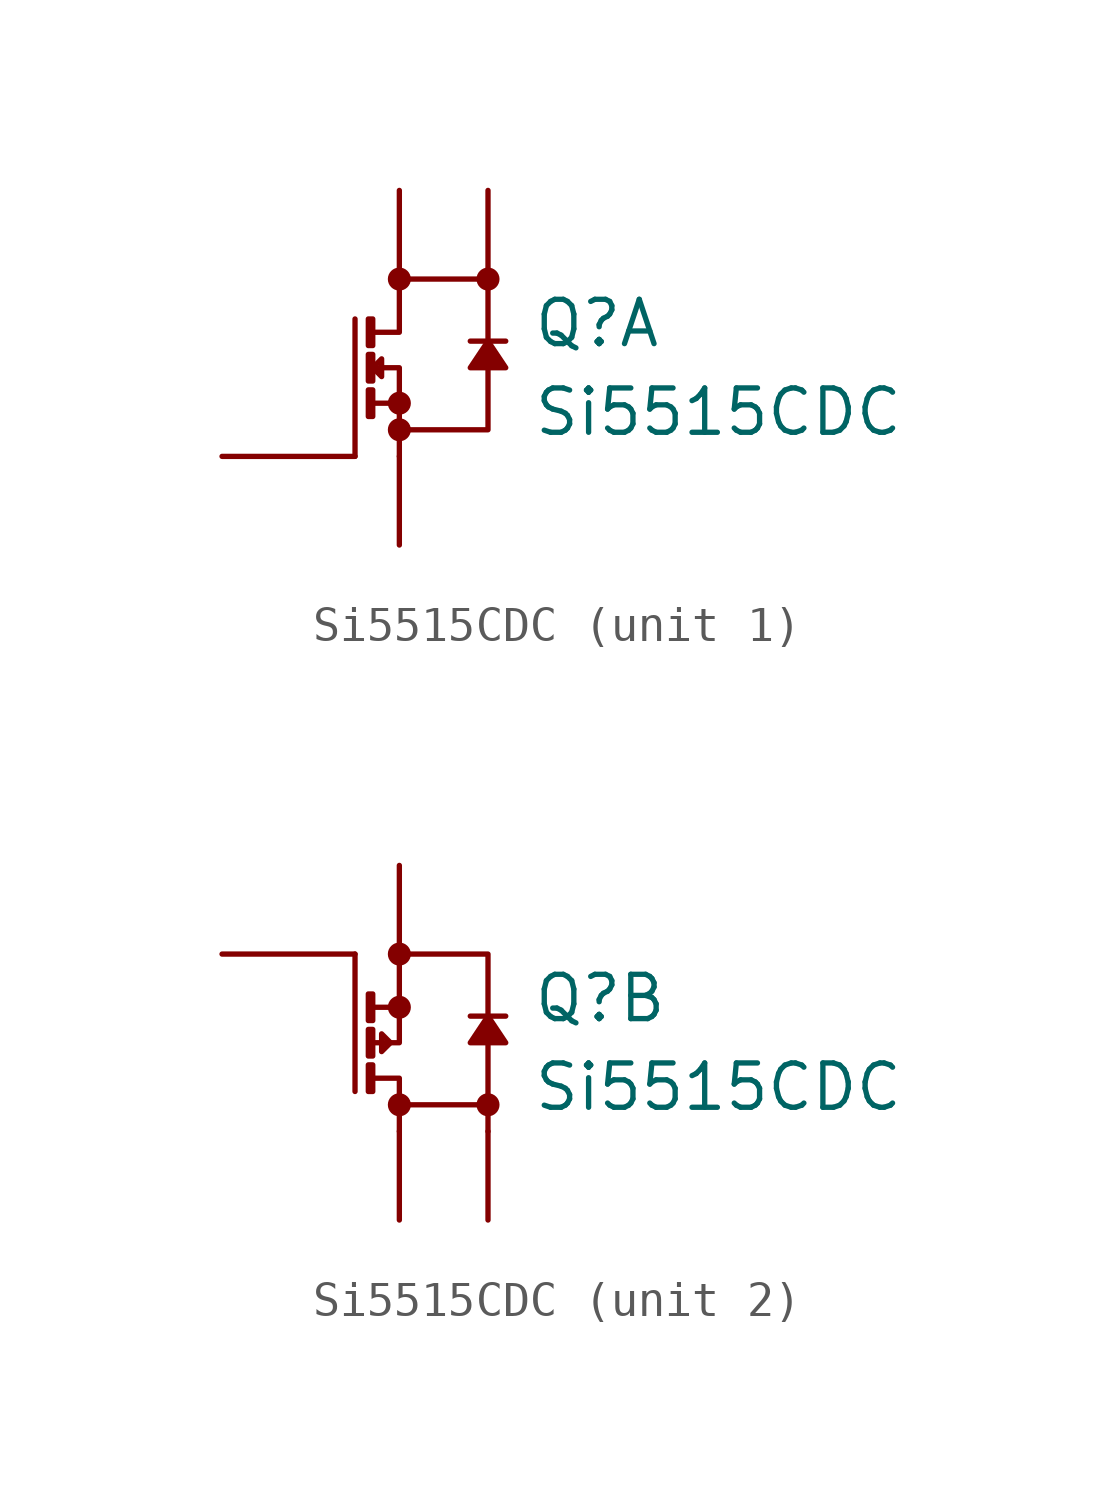
<source format=kicad_sym>
(kicad_symbol_lib
  (version 20211014)
  (generator kicad_symbol_editor)
  (symbol "Si5515CDC"
    (pin_numbers hide)
    (pin_names
      (offset 0) hide)
    (property "Reference" "Q"
      (at 3.81 1.27 0)
      (effects (font (size 1.27 1.27)) (justify left)))
    (property "Value" "Si5515CDC"
      (at 3.81 -1.27 0)
      (effects (font (size 1.27 1.27)) (justify left)))
    (property "ki_locked" ""
      (at 0 0 0)
      (effects (font (size 1.27 1.27))))
    (symbol "Si5515CDC_0_1"
      (circle (center 0 -1.778) (radius 0.254) (stroke (width 0) (type default) (color 0 0 0 0)) (fill (type outline)))
      (polyline (pts (xy 2.032 0.762) (xy 3.048 0.762)) (stroke (width 0) (type default) (color 0 0 0 0)) (fill (type none)))
      (polyline (pts (xy -0.762 -1.016) (xy 0 -1.016) (xy 0 -2.54)) (stroke (width 0) (type default) (color 0 0 0 0)) (fill (type none)))
      (polyline (pts (xy -0.762 1.016) (xy 0 1.016) (xy 0 2.54)) (stroke (width 0) (type default) (color 0 0 0 0)) (fill (type none)))
      (polyline (pts (xy 0 -1.778) (xy 2.54 -1.778) (xy 2.54 2.54) (xy 0 2.54)) (stroke (width 0) (type default) (color 0 0 0 0)) (fill (type none)))
      (polyline (pts (xy 2.54 0.762) (xy 2.032 0) (xy 3.048 0) (xy 2.54 0.762)) (stroke (width 0) (type default) (color 0 0 0 0)) (fill (type outline)))
      (polyline (pts (xy -0.762 -0.635) (xy -0.889 -0.635) (xy -0.889 -1.397) (xy -0.762 -1.397) (xy -0.762 -0.635)) (stroke (width 0) (type default) (color 0 0 0 0)) (fill (type none)))
      (polyline (pts (xy -0.762 0.381) (xy -0.889 0.381) (xy -0.889 -0.381) (xy -0.762 -0.381) (xy -0.762 0.381)) (stroke (width 0) (type default) (color 0 0 0 0)) (fill (type none)))
      (polyline (pts (xy -0.762 1.397) (xy -0.889 1.397) (xy -0.889 0.635) (xy -0.762 0.635) (xy -0.762 1.397)) (stroke (width 0) (type default) (color 0 0 0 0)) (fill (type none)))
      (circle (center 0 2.54) (radius 0.254) (stroke (width 0) (type default) (color 0 0 0 0)) (fill (type outline))))
    (symbol "Si5515CDC_1_1"
      (circle (center 0 -1.016) (radius 0.254) (stroke (width 0) (type default) (color 0 0 0 0)) (fill (type outline)))
      (polyline (pts (xy -1.27 -2.54) (xy -1.27 1.397)) (stroke (width 0) (type default) (color 0 0 0 0)) (fill (type none)))
      (polyline (pts (xy -0.762 0) (xy 0 0) (xy 0 -1.016)) (stroke (width 0) (type default) (color 0 0 0 0)) (fill (type none)))
      (polyline (pts (xy -0.762 0) (xy -0.508 0.254) (xy -0.508 -0.254) (xy -0.762 0)) (stroke (width 0) (type default) (color 0 0 0 0)) (fill (type none)))
      (circle (center 2.54 2.54) (radius 0.254) (stroke (width 0) (type default) (color 0 0 0 0)) (fill (type outline)))
      (pin passive line (at 0 -5.08 90) (length 2.54) (name "S1" (effects (font (size 1.27 1.27)))) (number "1" (effects (font (size 1.27 1.27)))))
      (pin passive line (at -5.08 -2.54 0) (length 3.81) (name "G1" (effects (font (size 1.27 1.27)))) (number "2" (effects (font (size 1.27 1.27)))))
      (pin passive line (at 0 5.08 270) (length 2.54) (name "D1" (effects (font (size 1.27 1.27)))) (number "7" (effects (font (size 1.27 1.27)))))
      (pin passive line (at 2.54 5.08 270) (length 2.54) (name "D1" (effects (font (size 1.27 1.27)))) (number "8" (effects (font (size 1.27 1.27))))))
    (symbol "Si5515CDC_2_1"
      (polyline (pts (xy -1.27 2.54) (xy -1.27 -1.397)) (stroke (width 0) (type default) (color 0 0 0 0)) (fill (type none)))
      (polyline (pts (xy 2.54 -1.778) (xy 2.54 -2.54)) (stroke (width 0) (type default) (color 0 0 0 0)) (fill (type none)))
      (polyline (pts (xy -0.762 0) (xy 0 0) (xy 0 1.016)) (stroke (width 0) (type default) (color 0 0 0 0)) (fill (type none)))
      (polyline (pts (xy -0.508 0.254) (xy -0.508 -0.254) (xy -0.254 0) (xy -0.508 0.254)) (stroke (width 0) (type default) (color 0 0 0 0)) (fill (type none)))
      (circle (center 0 1.016) (radius 0.254) (stroke (width 0) (type default) (color 0 0 0 0)) (fill (type outline)))
      (circle (center 2.54 -1.778) (radius 0.254) (stroke (width 0) (type default) (color 0 0 0 0)) (fill (type outline)))
      (pin passive line (at 0 5.08 270) (length 2.54) (name "S2" (effects (font (size 1.27 1.27)))) (number "3" (effects (font (size 1.27 1.27)))))
      (pin passive line (at -5.08 2.54 0) (length 3.81) (name "G2" (effects (font (size 1.27 1.27)))) (number "4" (effects (font (size 1.27 1.27)))))
      (pin passive line (at 0 -5.08 90) (length 2.54) (name "D2" (effects (font (size 1.27 1.27)))) (number "5" (effects (font (size 1.27 1.27)))))
      (pin passive line (at 2.54 -5.08 90) (length 2.54) (name "D2" (effects (font (size 1.27 1.27)))) (number "6" (effects (font (size 1.27 1.27))))))))
</source>
